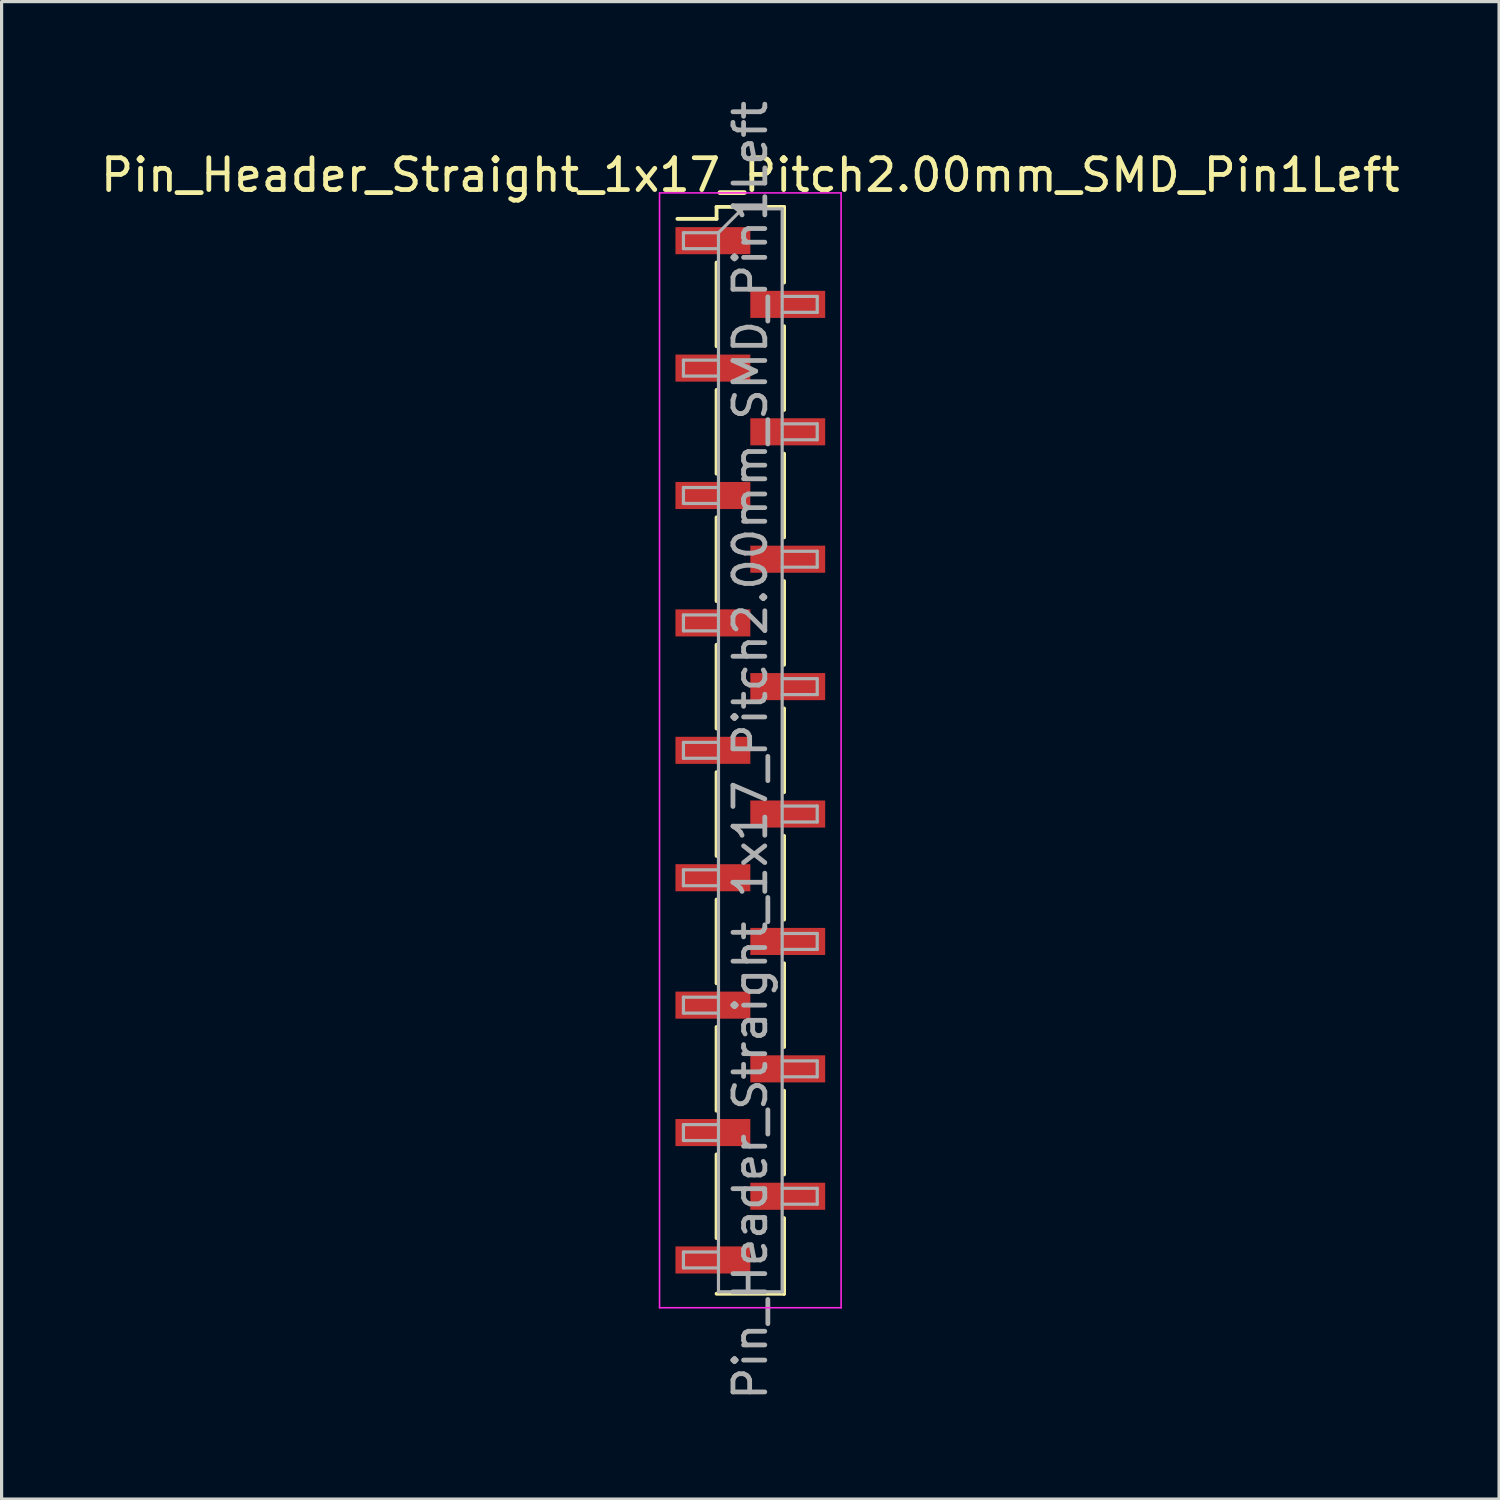
<source format=kicad_pcb>
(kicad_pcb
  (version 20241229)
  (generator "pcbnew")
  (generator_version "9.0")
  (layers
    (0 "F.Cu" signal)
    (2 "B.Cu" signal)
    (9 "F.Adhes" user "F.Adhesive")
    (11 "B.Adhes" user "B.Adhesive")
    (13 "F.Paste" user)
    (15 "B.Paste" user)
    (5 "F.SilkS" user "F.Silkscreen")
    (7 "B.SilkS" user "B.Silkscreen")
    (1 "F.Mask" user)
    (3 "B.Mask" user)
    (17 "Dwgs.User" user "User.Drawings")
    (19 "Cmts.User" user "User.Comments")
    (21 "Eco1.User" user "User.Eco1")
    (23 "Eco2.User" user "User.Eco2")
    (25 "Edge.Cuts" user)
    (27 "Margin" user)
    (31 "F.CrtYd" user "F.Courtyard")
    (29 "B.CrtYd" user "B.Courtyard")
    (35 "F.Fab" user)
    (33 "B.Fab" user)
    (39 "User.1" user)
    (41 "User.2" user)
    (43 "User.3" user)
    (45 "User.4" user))
  (footprint "Pin_Header_Straight_1x17_Pitch2.00mm_SMD_Pin1Left"
    (layer "F.Cu")
    (at 20.506 20.506)
    (property "Reference" "Pin_Header_Straight_1x17_Pitch2.00mm_SMD_Pin1Left" (at 0 -18.06 0) (layer "F.SilkS") (effects (font (size 1 1) (thickness 0.15))))
    (attr smd)
    (fp_line (start -1.06 -17.06) (end -1.06 -16.685) (stroke (width 0.12) (type solid)) (layer "F.SilkS"))
    (fp_line (start -1.06 -17.06) (end 1.06 -17.06) (stroke (width 0.12) (type solid)) (layer "F.SilkS"))
    (fp_line (start -1.06 -16.685) (end -2.29 -16.685) (stroke (width 0.12) (type solid)) (layer "F.SilkS"))
    (fp_line (start -1.06 -15.315) (end -1.06 -12.685) (stroke (width 0.12) (type solid)) (layer "F.SilkS"))
    (fp_line (start -1.06 -11.315) (end -1.06 -8.685) (stroke (width 0.12) (type solid)) (layer "F.SilkS"))
    (fp_line (start -1.06 -7.315) (end -1.06 -4.685) (stroke (width 0.12) (type solid)) (layer "F.SilkS"))
    (fp_line (start -1.06 -3.315) (end -1.06 -0.685) (stroke (width 0.12) (type solid)) (layer "F.SilkS"))
    (fp_line (start -1.06 0.685) (end -1.06 3.315) (stroke (width 0.12) (type solid)) (layer "F.SilkS"))
    (fp_line (start -1.06 4.685) (end -1.06 7.315) (stroke (width 0.12) (type solid)) (layer "F.SilkS"))
    (fp_line (start -1.06 8.685) (end -1.06 11.315) (stroke (width 0.12) (type solid)) (layer "F.SilkS"))
    (fp_line (start -1.06 12.685) (end -1.06 15.315) (stroke (width 0.12) (type solid)) (layer "F.SilkS"))
    (fp_line (start -1.06 17.06) (end 1.06 17.06) (stroke (width 0.12) (type solid)) (layer "F.SilkS"))
    (fp_line (start 1.06 -17.06) (end 1.06 -14.685) (stroke (width 0.12) (type solid)) (layer "F.SilkS"))
    (fp_line (start 1.06 -13.315) (end 1.06 -10.685) (stroke (width 0.12) (type solid)) (layer "F.SilkS"))
    (fp_line (start 1.06 -9.315) (end 1.06 -6.685) (stroke (width 0.12) (type solid)) (layer "F.SilkS"))
    (fp_line (start 1.06 -5.315) (end 1.06 -2.685) (stroke (width 0.12) (type solid)) (layer "F.SilkS"))
    (fp_line (start 1.06 -1.315) (end 1.06 1.315) (stroke (width 0.12) (type solid)) (layer "F.SilkS"))
    (fp_line (start 1.06 2.685) (end 1.06 5.315) (stroke (width 0.12) (type solid)) (layer "F.SilkS"))
    (fp_line (start 1.06 6.685) (end 1.06 9.315) (stroke (width 0.12) (type solid)) (layer "F.SilkS"))
    (fp_line (start 1.06 10.685) (end 1.06 13.315) (stroke (width 0.12) (type solid)) (layer "F.SilkS"))
    (fp_line (start 1.06 14.685) (end 1.06 17.06) (stroke (width 0.12) (type solid)) (layer "F.SilkS"))
    (fp_line (start 1.06 16.685) (end 1.06 17.06) (stroke (width 0.12) (type solid)) (layer "F.SilkS"))
    (fp_line (start -2.85 -17.5) (end -2.85 17.5) (stroke (width 0.05) (type solid)) (layer "F.CrtYd"))
    (fp_line (start -2.85 17.5) (end 2.85 17.5) (stroke (width 0.05) (type solid)) (layer "F.CrtYd"))
    (fp_line (start 2.85 -17.5) (end -2.85 -17.5) (stroke (width 0.05) (type solid)) (layer "F.CrtYd"))
    (fp_line (start 2.85 17.5) (end 2.85 -17.5) (stroke (width 0.05) (type solid)) (layer "F.CrtYd"))
    (fp_line (start -2.1 -16.25) (end -2.1 -15.75) (stroke (width 0.1) (type solid)) (layer "F.Fab"))
    (fp_line (start -2.1 -15.75) (end -1 -15.75) (stroke (width 0.1) (type solid)) (layer "F.Fab"))
    (fp_line (start -2.1 -12.25) (end -2.1 -11.75) (stroke (width 0.1) (type solid)) (layer "F.Fab"))
    (fp_line (start -2.1 -11.75) (end -1 -11.75) (stroke (width 0.1) (type solid)) (layer "F.Fab"))
    (fp_line (start -2.1 -8.25) (end -2.1 -7.75) (stroke (width 0.1) (type solid)) (layer "F.Fab"))
    (fp_line (start -2.1 -7.75) (end -1 -7.75) (stroke (width 0.1) (type solid)) (layer "F.Fab"))
    (fp_line (start -2.1 -4.25) (end -2.1 -3.75) (stroke (width 0.1) (type solid)) (layer "F.Fab"))
    (fp_line (start -2.1 -3.75) (end -1 -3.75) (stroke (width 0.1) (type solid)) (layer "F.Fab"))
    (fp_line (start -2.1 -0.25) (end -2.1 0.25) (stroke (width 0.1) (type solid)) (layer "F.Fab"))
    (fp_line (start -2.1 0.25) (end -1 0.25) (stroke (width 0.1) (type solid)) (layer "F.Fab"))
    (fp_line (start -2.1 3.75) (end -2.1 4.25) (stroke (width 0.1) (type solid)) (layer "F.Fab"))
    (fp_line (start -2.1 4.25) (end -1 4.25) (stroke (width 0.1) (type solid)) (layer "F.Fab"))
    (fp_line (start -2.1 7.75) (end -2.1 8.25) (stroke (width 0.1) (type solid)) (layer "F.Fab"))
    (fp_line (start -2.1 8.25) (end -1 8.25) (stroke (width 0.1) (type solid)) (layer "F.Fab"))
    (fp_line (start -2.1 11.75) (end -2.1 12.25) (stroke (width 0.1) (type solid)) (layer "F.Fab"))
    (fp_line (start -2.1 12.25) (end -1 12.25) (stroke (width 0.1) (type solid)) (layer "F.Fab"))
    (fp_line (start -2.1 15.75) (end -2.1 16.25) (stroke (width 0.1) (type solid)) (layer "F.Fab"))
    (fp_line (start -2.1 16.25) (end -1 16.25) (stroke (width 0.1) (type solid)) (layer "F.Fab"))
    (fp_line (start -1 -16.25) (end -2.1 -16.25) (stroke (width 0.1) (type solid)) (layer "F.Fab"))
    (fp_line (start -1 -16.25) (end -0.25 -17) (stroke (width 0.1) (type solid)) (layer "F.Fab"))
    (fp_line (start -1 -12.25) (end -2.1 -12.25) (stroke (width 0.1) (type solid)) (layer "F.Fab"))
    (fp_line (start -1 -8.25) (end -2.1 -8.25) (stroke (width 0.1) (type solid)) (layer "F.Fab"))
    (fp_line (start -1 -4.25) (end -2.1 -4.25) (stroke (width 0.1) (type solid)) (layer "F.Fab"))
    (fp_line (start -1 -0.25) (end -2.1 -0.25) (stroke (width 0.1) (type solid)) (layer "F.Fab"))
    (fp_line (start -1 3.75) (end -2.1 3.75) (stroke (width 0.1) (type solid)) (layer "F.Fab"))
    (fp_line (start -1 7.75) (end -2.1 7.75) (stroke (width 0.1) (type solid)) (layer "F.Fab"))
    (fp_line (start -1 11.75) (end -2.1 11.75) (stroke (width 0.1) (type solid)) (layer "F.Fab"))
    (fp_line (start -1 15.75) (end -2.1 15.75) (stroke (width 0.1) (type solid)) (layer "F.Fab"))
    (fp_line (start -1 17) (end -1 -16.25) (stroke (width 0.1) (type solid)) (layer "F.Fab"))
    (fp_line (start -0.25 -17) (end 1 -17) (stroke (width 0.1) (type solid)) (layer "F.Fab"))
    (fp_line (start 1 -17) (end 1 17) (stroke (width 0.1) (type solid)) (layer "F.Fab"))
    (fp_line (start 1 -14.25) (end 2.1 -14.25) (stroke (width 0.1) (type solid)) (layer "F.Fab"))
    (fp_line (start 1 -10.25) (end 2.1 -10.25) (stroke (width 0.1) (type solid)) (layer "F.Fab"))
    (fp_line (start 1 -6.25) (end 2.1 -6.25) (stroke (width 0.1) (type solid)) (layer "F.Fab"))
    (fp_line (start 1 -2.25) (end 2.1 -2.25) (stroke (width 0.1) (type solid)) (layer "F.Fab"))
    (fp_line (start 1 1.75) (end 2.1 1.75) (stroke (width 0.1) (type solid)) (layer "F.Fab"))
    (fp_line (start 1 5.75) (end 2.1 5.75) (stroke (width 0.1) (type solid)) (layer "F.Fab"))
    (fp_line (start 1 9.75) (end 2.1 9.75) (stroke (width 0.1) (type solid)) (layer "F.Fab"))
    (fp_line (start 1 13.75) (end 2.1 13.75) (stroke (width 0.1) (type solid)) (layer "F.Fab"))
    (fp_line (start 1 17) (end -1 17) (stroke (width 0.1) (type solid)) (layer "F.Fab"))
    (fp_line (start 2.1 -14.25) (end 2.1 -13.75) (stroke (width 0.1) (type solid)) (layer "F.Fab"))
    (fp_line (start 2.1 -13.75) (end 1 -13.75) (stroke (width 0.1) (type solid)) (layer "F.Fab"))
    (fp_line (start 2.1 -10.25) (end 2.1 -9.75) (stroke (width 0.1) (type solid)) (layer "F.Fab"))
    (fp_line (start 2.1 -9.75) (end 1 -9.75) (stroke (width 0.1) (type solid)) (layer "F.Fab"))
    (fp_line (start 2.1 -6.25) (end 2.1 -5.75) (stroke (width 0.1) (type solid)) (layer "F.Fab"))
    (fp_line (start 2.1 -5.75) (end 1 -5.75) (stroke (width 0.1) (type solid)) (layer "F.Fab"))
    (fp_line (start 2.1 -2.25) (end 2.1 -1.75) (stroke (width 0.1) (type solid)) (layer "F.Fab"))
    (fp_line (start 2.1 -1.75) (end 1 -1.75) (stroke (width 0.1) (type solid)) (layer "F.Fab"))
    (fp_line (start 2.1 1.75) (end 2.1 2.25) (stroke (width 0.1) (type solid)) (layer "F.Fab"))
    (fp_line (start 2.1 2.25) (end 1 2.25) (stroke (width 0.1) (type solid)) (layer "F.Fab"))
    (fp_line (start 2.1 5.75) (end 2.1 6.25) (stroke (width 0.1) (type solid)) (layer "F.Fab"))
    (fp_line (start 2.1 6.25) (end 1 6.25) (stroke (width 0.1) (type solid)) (layer "F.Fab"))
    (fp_line (start 2.1 9.75) (end 2.1 10.25) (stroke (width 0.1) (type solid)) (layer "F.Fab"))
    (fp_line (start 2.1 10.25) (end 1 10.25) (stroke (width 0.1) (type solid)) (layer "F.Fab"))
    (fp_line (start 2.1 13.75) (end 2.1 14.25) (stroke (width 0.1) (type solid)) (layer "F.Fab"))
    (fp_line (start 2.1 14.25) (end 1 14.25) (stroke (width 0.1) (type solid)) (layer "F.Fab"))
    (fp_text user "${REFERENCE}" (at 0 0 90) (layer "F.Fab") (effects (font (size 1 1) (thickness 0.15))))
    (pad "1" smd rect (at -1.175 -16) (size 2.35 0.85) (layers "F.Cu" "F.Mask" "F.Paste"))
    (pad "2" smd rect (at 1.175 -14) (size 2.35 0.85) (layers "F.Cu" "F.Mask" "F.Paste"))
    (pad "3" smd rect (at -1.175 -12) (size 2.35 0.85) (layers "F.Cu" "F.Mask" "F.Paste"))
    (pad "4" smd rect (at 1.175 -10) (size 2.35 0.85) (layers "F.Cu" "F.Mask" "F.Paste"))
    (pad "5" smd rect (at -1.175 -8) (size 2.35 0.85) (layers "F.Cu" "F.Mask" "F.Paste"))
    (pad "6" smd rect (at 1.175 -6) (size 2.35 0.85) (layers "F.Cu" "F.Mask" "F.Paste"))
    (pad "7" smd rect (at -1.175 -4) (size 2.35 0.85) (layers "F.Cu" "F.Mask" "F.Paste"))
    (pad "8" smd rect (at 1.175 -2) (size 2.35 0.85) (layers "F.Cu" "F.Mask" "F.Paste"))
    (pad "9" smd rect (at -1.175 0) (size 2.35 0.85) (layers "F.Cu" "F.Mask" "F.Paste"))
    (pad "10" smd rect (at 1.175 2) (size 2.35 0.85) (layers "F.Cu" "F.Mask" "F.Paste"))
    (pad "11" smd rect (at -1.175 4) (size 2.35 0.85) (layers "F.Cu" "F.Mask" "F.Paste"))
    (pad "12" smd rect (at 1.175 6) (size 2.35 0.85) (layers "F.Cu" "F.Mask" "F.Paste"))
    (pad "13" smd rect (at -1.175 8) (size 2.35 0.85) (layers "F.Cu" "F.Mask" "F.Paste"))
    (pad "14" smd rect (at 1.175 10) (size 2.35 0.85) (layers "F.Cu" "F.Mask" "F.Paste"))
    (pad "15" smd rect (at -1.175 12) (size 2.35 0.85) (layers "F.Cu" "F.Mask" "F.Paste"))
    (pad "16" smd rect (at 1.175 14) (size 2.35 0.85) (layers "F.Cu" "F.Mask" "F.Paste"))
    (pad "17" smd rect (at -1.175 16) (size 2.35 0.85) (layers "F.Cu" "F.Mask" "F.Paste")))
  (gr_rect
    (start -3 -3)
    (end 44.012 44.012)
    (stroke (width 0.1) (type default))
    (fill no)
    (layer "Edge.Cuts")))
</source>
